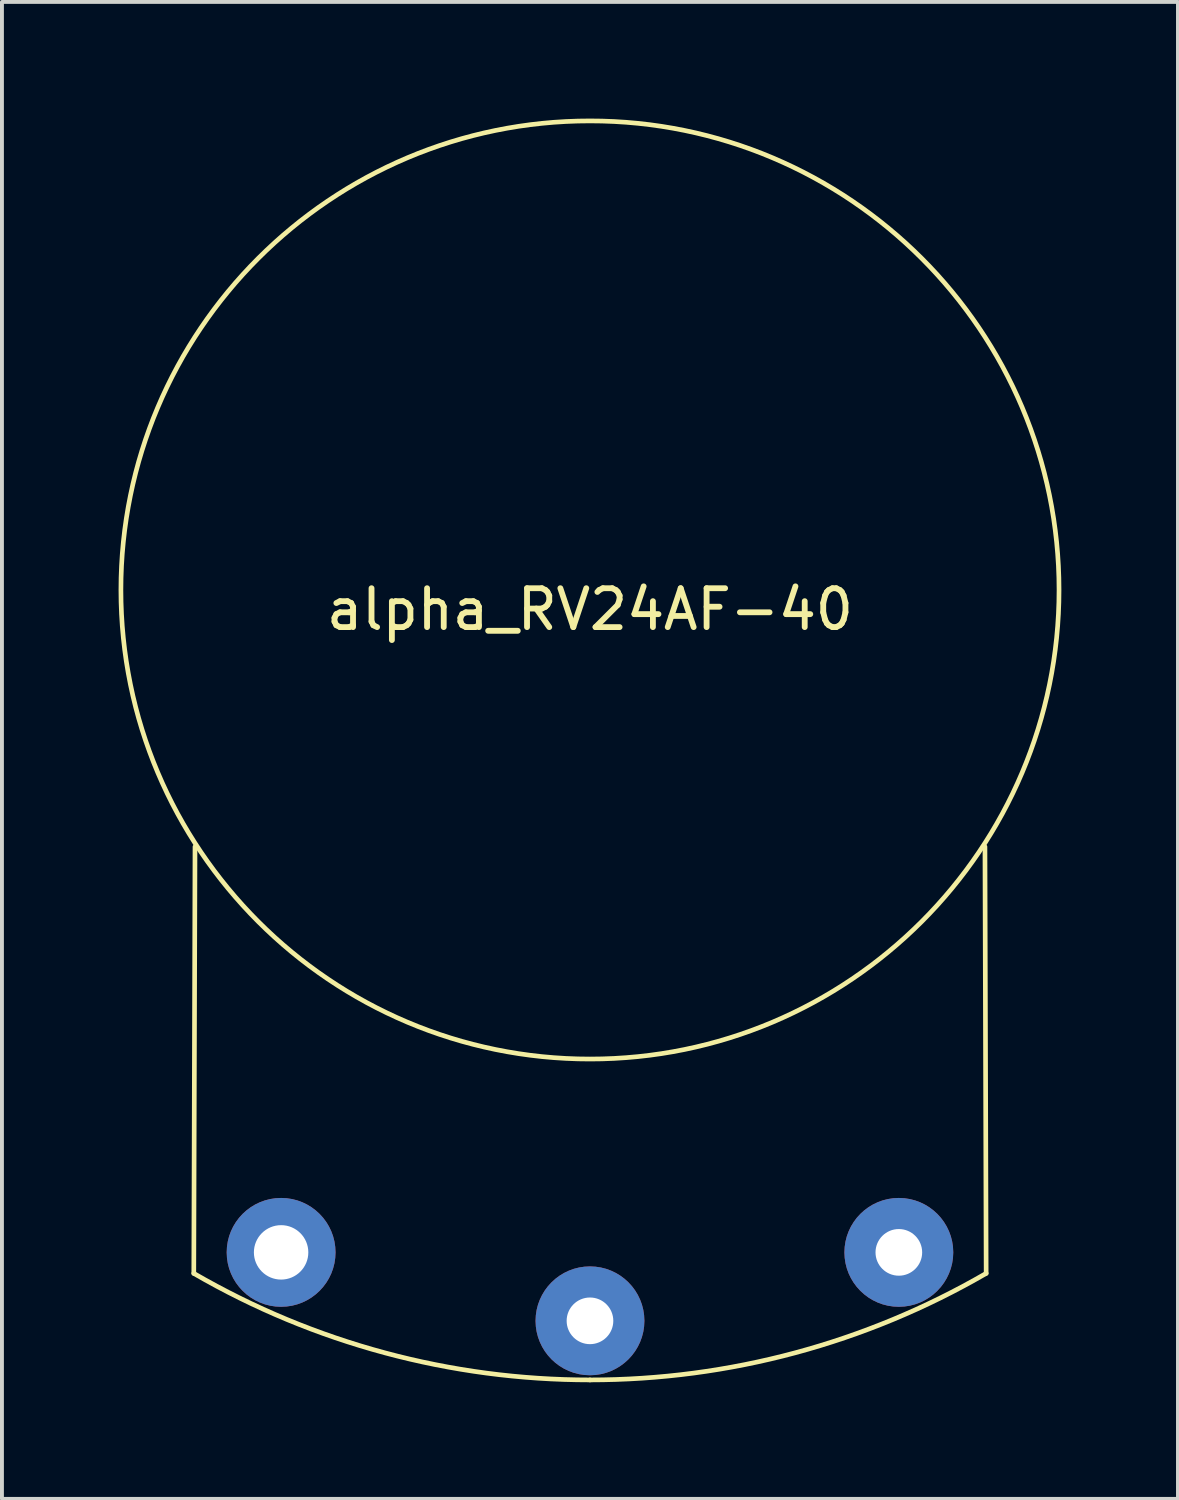
<source format=kicad_pcb>
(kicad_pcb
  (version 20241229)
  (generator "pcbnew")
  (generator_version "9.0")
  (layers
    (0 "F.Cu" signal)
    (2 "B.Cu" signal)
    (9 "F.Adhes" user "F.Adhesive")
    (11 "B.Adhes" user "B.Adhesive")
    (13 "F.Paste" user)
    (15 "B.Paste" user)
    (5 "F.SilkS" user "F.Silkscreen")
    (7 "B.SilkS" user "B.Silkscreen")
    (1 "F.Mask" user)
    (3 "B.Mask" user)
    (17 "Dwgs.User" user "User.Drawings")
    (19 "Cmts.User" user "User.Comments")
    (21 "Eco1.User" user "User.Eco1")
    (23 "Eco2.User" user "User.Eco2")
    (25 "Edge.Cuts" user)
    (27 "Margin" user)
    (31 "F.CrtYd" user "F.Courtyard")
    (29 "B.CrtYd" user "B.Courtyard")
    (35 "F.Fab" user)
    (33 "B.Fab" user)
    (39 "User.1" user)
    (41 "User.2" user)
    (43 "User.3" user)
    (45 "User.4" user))
  (footprint "alpha_RV24AF-40"
    (layer "F.Cu")
    (at 12.126 12.126)
    (property "Reference" "alpha_RV24AF-40" (at 0 0.5 0) (layer "F.SilkS") (effects (font (size 1 1) (thickness 0.15))))
    (attr through_hole)
    (fp_line (start -10.16 6.604) (end -10.191 17.58) (stroke (width 0.12) (type solid)) (layer "F.SilkS"))
    (fp_line (start 10.16 6.604) (end 10.191 17.58) (stroke (width 0.12) (type solid)) (layer "F.SilkS"))
    (fp_arc (start 0 20.32) (mid -5.276552 19.622956) (end -10.191098 17.579645) (stroke (width 0.12) (type solid)) (layer "F.SilkS"))
    (fp_arc (start 10.191098 17.579645) (mid 5.276552 19.622956) (end 0 20.32) (stroke (width 0.12) (type solid)) (layer "F.SilkS"))
    (fp_circle (center 0 0) (end 0.127 -12.065) (stroke (width 0.12) (type solid)) (fill no) (layer "F.SilkS"))
    (pad "1" thru_hole circle (at -7.945 17.039) (size 2.8 2.8) (drill 1.4) (layers "*.Cu" "*.Mask"))
    (pad "2" thru_hole circle (at 0 18.8) (size 2.8 2.8) (drill 1.2) (layers "*.Cu" "*.Mask"))
    (pad "3" thru_hole circle (at 7.945 17.039) (size 2.8 2.8) (drill 1.2) (layers "*.Cu" "*.Mask")))
  (gr_rect
    (start -3 -3)
    (end 27.251 35.506)
    (stroke (width 0.1) (type default))
    (fill no)
    (layer "Edge.Cuts")))
</source>
